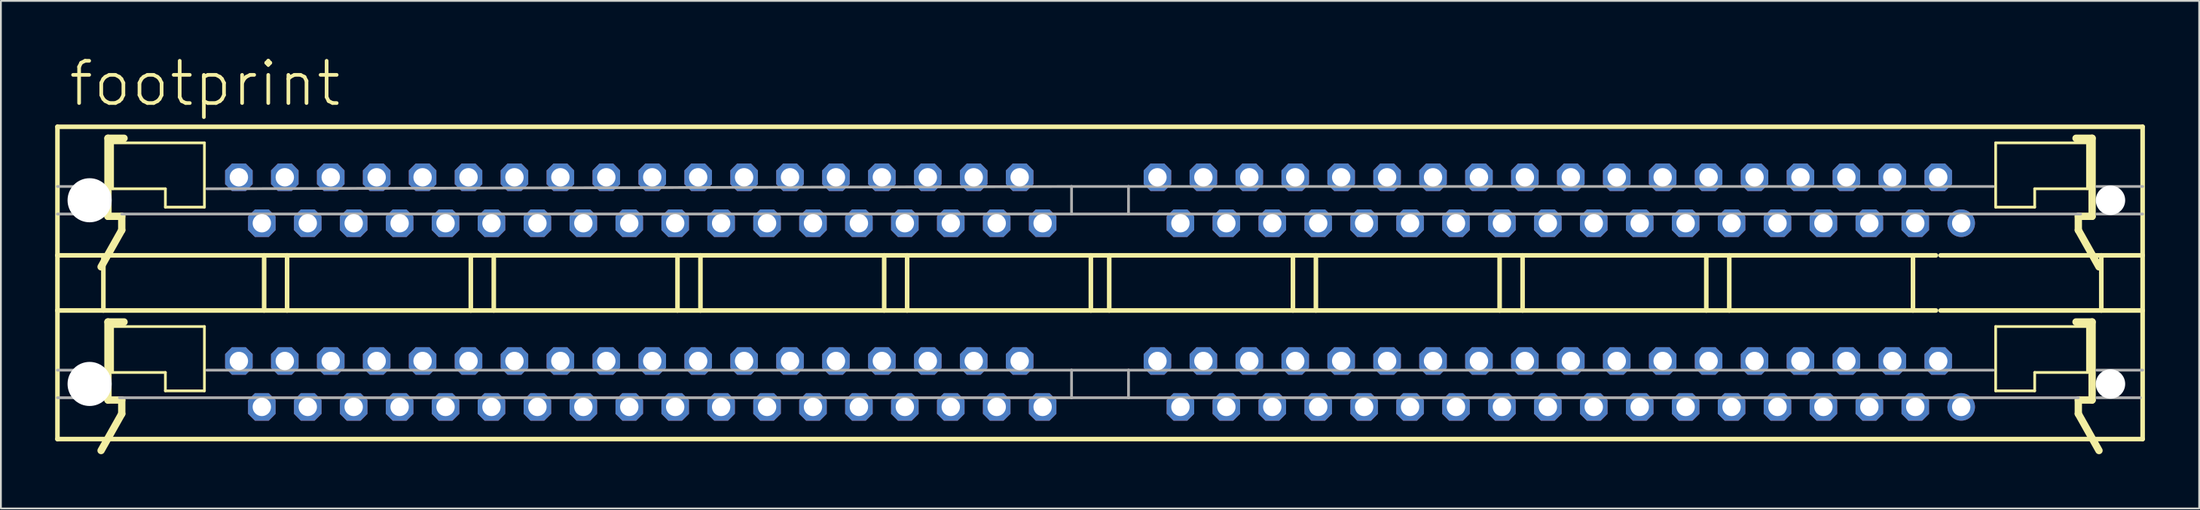
<source format=kicad_pcb>
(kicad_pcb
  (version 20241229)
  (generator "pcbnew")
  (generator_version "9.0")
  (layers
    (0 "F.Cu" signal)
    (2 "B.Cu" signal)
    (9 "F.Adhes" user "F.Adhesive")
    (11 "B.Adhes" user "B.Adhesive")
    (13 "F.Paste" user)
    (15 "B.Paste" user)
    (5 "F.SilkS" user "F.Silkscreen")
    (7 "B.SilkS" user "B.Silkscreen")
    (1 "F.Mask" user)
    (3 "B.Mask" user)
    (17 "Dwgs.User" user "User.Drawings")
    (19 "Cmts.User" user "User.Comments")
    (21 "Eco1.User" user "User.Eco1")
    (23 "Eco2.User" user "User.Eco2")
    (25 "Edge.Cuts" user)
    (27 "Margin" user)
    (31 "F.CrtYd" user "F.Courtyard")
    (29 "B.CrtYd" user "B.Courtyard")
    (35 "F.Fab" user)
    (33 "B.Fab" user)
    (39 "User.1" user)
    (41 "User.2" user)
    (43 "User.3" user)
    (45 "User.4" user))
  (footprint "footprint"
    (layer "F.Cu")
    (at 57.785 8.026)
    (property "Reference" "footprint" (at -57.15 -5.08 0) (layer "F.SilkS") (effects (font (size 2.337 2.337) (thickness 0.203)) (justify left bottom)))
    (fp_line (start -57.658 -4.064) (end 57.658 -4.064) (stroke (width 0.254) (type solid)) (layer "F.SilkS"))
    (fp_line (start -57.658 3.048) (end -57.658 -4.064) (stroke (width 0.254) (type solid)) (layer "F.SilkS"))
    (fp_line (start -57.658 6.096) (end -57.658 3.048) (stroke (width 0.254) (type solid)) (layer "F.SilkS"))
    (fp_line (start -57.658 6.096) (end -55.118 6.096) (stroke (width 0.254) (type solid)) (layer "F.SilkS"))
    (fp_line (start -57.658 13.208) (end -57.658 6.096) (stroke (width 0.254) (type solid)) (layer "F.SilkS"))
    (fp_line (start -55.118 3.048) (end -57.658 3.048) (stroke (width 0.254) (type solid)) (layer "F.SilkS"))
    (fp_line (start -55.118 6.096) (end -55.118 3.048) (stroke (width 0.254) (type solid)) (layer "F.SilkS"))
    (fp_line (start -55.118 6.096) (end -46.228 6.096) (stroke (width 0.254) (type solid)) (layer "F.SilkS"))
    (fp_line (start -54.864 -3.429) (end -54.864 0.889) (stroke (width 0.406) (type solid)) (layer "F.SilkS"))
    (fp_line (start -54.864 0.889) (end -54.102 0.889) (stroke (width 0.406) (type solid)) (layer "F.SilkS"))
    (fp_line (start -54.864 6.731) (end -54.864 11.049) (stroke (width 0.406) (type solid)) (layer "F.SilkS"))
    (fp_line (start -54.864 11.049) (end -54.102 11.049) (stroke (width 0.406) (type solid)) (layer "F.SilkS"))
    (fp_line (start -54.61 -3.175) (end -54.61 -0.635) (stroke (width 0.152) (type solid)) (layer "F.SilkS"))
    (fp_line (start -54.61 6.985) (end -54.61 9.525) (stroke (width 0.152) (type solid)) (layer "F.SilkS"))
    (fp_line (start -54.102 0.889) (end -54.102 1.651) (stroke (width 0.406) (type solid)) (layer "F.SilkS"))
    (fp_line (start -54.102 1.651) (end -55.245 3.683) (stroke (width 0.406) (type solid)) (layer "F.SilkS"))
    (fp_line (start -54.102 11.049) (end -54.102 11.811) (stroke (width 0.406) (type solid)) (layer "F.SilkS"))
    (fp_line (start -54.102 11.811) (end -55.245 13.843) (stroke (width 0.406) (type solid)) (layer "F.SilkS"))
    (fp_line (start -53.975 -3.429) (end -54.864 -3.429) (stroke (width 0.406) (type solid)) (layer "F.SilkS"))
    (fp_line (start -53.975 6.731) (end -54.864 6.731) (stroke (width 0.406) (type solid)) (layer "F.SilkS"))
    (fp_line (start -51.689 -0.635) (end -54.61 -0.635) (stroke (width 0.152) (type solid)) (layer "F.SilkS"))
    (fp_line (start -51.689 0.381) (end -51.689 -0.635) (stroke (width 0.152) (type solid)) (layer "F.SilkS"))
    (fp_line (start -51.689 0.381) (end -49.53 0.381) (stroke (width 0.152) (type solid)) (layer "F.SilkS"))
    (fp_line (start -51.689 9.525) (end -54.61 9.525) (stroke (width 0.152) (type solid)) (layer "F.SilkS"))
    (fp_line (start -51.689 10.541) (end -51.689 9.525) (stroke (width 0.152) (type solid)) (layer "F.SilkS"))
    (fp_line (start -51.689 10.541) (end -49.53 10.541) (stroke (width 0.152) (type solid)) (layer "F.SilkS"))
    (fp_line (start -49.53 -3.175) (end -54.61 -3.175) (stroke (width 0.152) (type solid)) (layer "F.SilkS"))
    (fp_line (start -49.53 0.381) (end -49.53 -3.175) (stroke (width 0.152) (type solid)) (layer "F.SilkS"))
    (fp_line (start -49.53 6.985) (end -54.61 6.985) (stroke (width 0.152) (type solid)) (layer "F.SilkS"))
    (fp_line (start -49.53 10.541) (end -49.53 6.985) (stroke (width 0.152) (type solid)) (layer "F.SilkS"))
    (fp_line (start -46.228 3.048) (end -55.118 3.048) (stroke (width 0.254) (type solid)) (layer "F.SilkS"))
    (fp_line (start -46.228 6.096) (end -46.228 3.048) (stroke (width 0.254) (type solid)) (layer "F.SilkS"))
    (fp_line (start -46.228 6.096) (end -44.958 6.096) (stroke (width 0.254) (type solid)) (layer "F.SilkS"))
    (fp_line (start -44.958 3.048) (end -46.228 3.048) (stroke (width 0.254) (type solid)) (layer "F.SilkS"))
    (fp_line (start -44.958 6.096) (end -44.958 3.048) (stroke (width 0.254) (type solid)) (layer "F.SilkS"))
    (fp_line (start -44.958 6.096) (end -34.798 6.096) (stroke (width 0.254) (type solid)) (layer "F.SilkS"))
    (fp_line (start -34.798 3.048) (end -44.958 3.048) (stroke (width 0.254) (type solid)) (layer "F.SilkS"))
    (fp_line (start -34.798 6.096) (end -34.798 3.048) (stroke (width 0.254) (type solid)) (layer "F.SilkS"))
    (fp_line (start -34.798 6.096) (end -33.528 6.096) (stroke (width 0.254) (type solid)) (layer "F.SilkS"))
    (fp_line (start -33.528 3.048) (end -34.798 3.048) (stroke (width 0.254) (type solid)) (layer "F.SilkS"))
    (fp_line (start -33.528 6.096) (end -33.528 3.048) (stroke (width 0.254) (type solid)) (layer "F.SilkS"))
    (fp_line (start -33.528 6.096) (end -23.368 6.096) (stroke (width 0.254) (type solid)) (layer "F.SilkS"))
    (fp_line (start -23.368 3.048) (end -33.528 3.048) (stroke (width 0.254) (type solid)) (layer "F.SilkS"))
    (fp_line (start -23.368 6.096) (end -23.368 3.048) (stroke (width 0.254) (type solid)) (layer "F.SilkS"))
    (fp_line (start -23.368 6.096) (end -22.098 6.096) (stroke (width 0.254) (type solid)) (layer "F.SilkS"))
    (fp_line (start -22.098 3.048) (end -23.368 3.048) (stroke (width 0.254) (type solid)) (layer "F.SilkS"))
    (fp_line (start -22.098 6.096) (end -22.098 3.048) (stroke (width 0.254) (type solid)) (layer "F.SilkS"))
    (fp_line (start -22.098 6.096) (end -11.938 6.096) (stroke (width 0.254) (type solid)) (layer "F.SilkS"))
    (fp_line (start -11.938 3.048) (end -22.098 3.048) (stroke (width 0.254) (type solid)) (layer "F.SilkS"))
    (fp_line (start -11.938 6.096) (end -11.938 3.048) (stroke (width 0.254) (type solid)) (layer "F.SilkS"))
    (fp_line (start -11.938 6.096) (end -10.668 6.096) (stroke (width 0.254) (type solid)) (layer "F.SilkS"))
    (fp_line (start -10.668 3.048) (end -11.938 3.048) (stroke (width 0.254) (type solid)) (layer "F.SilkS"))
    (fp_line (start -10.668 6.096) (end -10.668 3.048) (stroke (width 0.254) (type solid)) (layer "F.SilkS"))
    (fp_line (start -10.668 6.096) (end -0.508 6.096) (stroke (width 0.254) (type solid)) (layer "F.SilkS"))
    (fp_line (start -0.508 3.048) (end -10.668 3.048) (stroke (width 0.254) (type solid)) (layer "F.SilkS"))
    (fp_line (start -0.508 6.096) (end -0.508 3.048) (stroke (width 0.254) (type solid)) (layer "F.SilkS"))
    (fp_line (start 0.508 3.048) (end -0.508 3.048) (stroke (width 0.254) (type solid)) (layer "F.SilkS"))
    (fp_line (start 0.508 3.048) (end 10.668 3.048) (stroke (width 0.254) (type solid)) (layer "F.SilkS"))
    (fp_line (start 0.508 6.096) (end -0.508 6.096) (stroke (width 0.254) (type solid)) (layer "F.SilkS"))
    (fp_line (start 0.508 6.096) (end 0.508 3.048) (stroke (width 0.254) (type solid)) (layer "F.SilkS"))
    (fp_line (start 10.668 3.048) (end 11.938 3.048) (stroke (width 0.254) (type solid)) (layer "F.SilkS"))
    (fp_line (start 10.668 6.096) (end 0.508 6.096) (stroke (width 0.254) (type solid)) (layer "F.SilkS"))
    (fp_line (start 10.668 6.096) (end 10.668 3.048) (stroke (width 0.254) (type solid)) (layer "F.SilkS"))
    (fp_line (start 11.938 3.048) (end 22.098 3.048) (stroke (width 0.254) (type solid)) (layer "F.SilkS"))
    (fp_line (start 11.938 6.096) (end 10.668 6.096) (stroke (width 0.254) (type solid)) (layer "F.SilkS"))
    (fp_line (start 11.938 6.096) (end 11.938 3.048) (stroke (width 0.254) (type solid)) (layer "F.SilkS"))
    (fp_line (start 22.098 3.048) (end 23.368 3.048) (stroke (width 0.254) (type solid)) (layer "F.SilkS"))
    (fp_line (start 22.098 6.096) (end 11.938 6.096) (stroke (width 0.254) (type solid)) (layer "F.SilkS"))
    (fp_line (start 22.098 6.096) (end 22.098 3.048) (stroke (width 0.254) (type solid)) (layer "F.SilkS"))
    (fp_line (start 23.368 3.048) (end 33.528 3.048) (stroke (width 0.254) (type solid)) (layer "F.SilkS"))
    (fp_line (start 23.368 6.096) (end 22.098 6.096) (stroke (width 0.254) (type solid)) (layer "F.SilkS"))
    (fp_line (start 23.368 6.096) (end 23.368 3.048) (stroke (width 0.254) (type solid)) (layer "F.SilkS"))
    (fp_line (start 33.528 3.048) (end 34.798 3.048) (stroke (width 0.254) (type solid)) (layer "F.SilkS"))
    (fp_line (start 33.528 6.096) (end 23.368 6.096) (stroke (width 0.254) (type solid)) (layer "F.SilkS"))
    (fp_line (start 33.528 6.096) (end 33.528 3.048) (stroke (width 0.254) (type solid)) (layer "F.SilkS"))
    (fp_line (start 34.798 3.048) (end 44.958 3.048) (stroke (width 0.254) (type solid)) (layer "F.SilkS"))
    (fp_line (start 34.798 6.096) (end 33.528 6.096) (stroke (width 0.254) (type solid)) (layer "F.SilkS"))
    (fp_line (start 34.798 6.096) (end 34.798 3.048) (stroke (width 0.254) (type solid)) (layer "F.SilkS"))
    (fp_line (start 44.958 3.048) (end 46.228 3.048) (stroke (width 0.254) (type solid)) (layer "F.SilkS"))
    (fp_line (start 44.958 6.096) (end 34.798 6.096) (stroke (width 0.254) (type solid)) (layer "F.SilkS"))
    (fp_line (start 44.958 6.096) (end 44.958 3.048) (stroke (width 0.254) (type solid)) (layer "F.SilkS"))
    (fp_line (start 46.228 6.096) (end 44.958 6.096) (stroke (width 0.254) (type solid)) (layer "F.SilkS"))
    (fp_line (start 46.482 6.096) (end 55.372 6.096) (stroke (width 0.254) (type solid)) (layer "F.SilkS"))
    (fp_line (start 49.53 -3.175) (end 54.61 -3.175) (stroke (width 0.152) (type solid)) (layer "F.SilkS"))
    (fp_line (start 49.53 0.381) (end 49.53 -3.175) (stroke (width 0.152) (type solid)) (layer "F.SilkS"))
    (fp_line (start 49.53 6.985) (end 54.61 6.985) (stroke (width 0.152) (type solid)) (layer "F.SilkS"))
    (fp_line (start 49.53 10.541) (end 49.53 6.985) (stroke (width 0.152) (type solid)) (layer "F.SilkS"))
    (fp_line (start 51.689 -0.635) (end 54.61 -0.635) (stroke (width 0.152) (type solid)) (layer "F.SilkS"))
    (fp_line (start 51.689 0.381) (end 49.53 0.381) (stroke (width 0.152) (type solid)) (layer "F.SilkS"))
    (fp_line (start 51.689 0.381) (end 51.689 -0.635) (stroke (width 0.152) (type solid)) (layer "F.SilkS"))
    (fp_line (start 51.689 9.525) (end 54.61 9.525) (stroke (width 0.152) (type solid)) (layer "F.SilkS"))
    (fp_line (start 51.689 10.541) (end 49.53 10.541) (stroke (width 0.152) (type solid)) (layer "F.SilkS"))
    (fp_line (start 51.689 10.541) (end 51.689 9.525) (stroke (width 0.152) (type solid)) (layer "F.SilkS"))
    (fp_line (start 53.975 -3.429) (end 54.864 -3.429) (stroke (width 0.406) (type solid)) (layer "F.SilkS"))
    (fp_line (start 53.975 6.731) (end 54.864 6.731) (stroke (width 0.406) (type solid)) (layer "F.SilkS"))
    (fp_line (start 54.102 0.889) (end 54.102 1.651) (stroke (width 0.406) (type solid)) (layer "F.SilkS"))
    (fp_line (start 54.102 1.651) (end 55.245 3.683) (stroke (width 0.406) (type solid)) (layer "F.SilkS"))
    (fp_line (start 54.102 11.049) (end 54.102 11.811) (stroke (width 0.406) (type solid)) (layer "F.SilkS"))
    (fp_line (start 54.102 11.811) (end 55.245 13.843) (stroke (width 0.406) (type solid)) (layer "F.SilkS"))
    (fp_line (start 54.61 -3.175) (end 54.61 -0.635) (stroke (width 0.152) (type solid)) (layer "F.SilkS"))
    (fp_line (start 54.61 6.985) (end 54.61 9.525) (stroke (width 0.152) (type solid)) (layer "F.SilkS"))
    (fp_line (start 54.864 -3.429) (end 54.864 0.889) (stroke (width 0.406) (type solid)) (layer "F.SilkS"))
    (fp_line (start 54.864 0.889) (end 54.102 0.889) (stroke (width 0.406) (type solid)) (layer "F.SilkS"))
    (fp_line (start 54.864 6.731) (end 54.864 11.049) (stroke (width 0.406) (type solid)) (layer "F.SilkS"))
    (fp_line (start 54.864 11.049) (end 54.102 11.049) (stroke (width 0.406) (type solid)) (layer "F.SilkS"))
    (fp_line (start 55.372 3.048) (end 46.482 3.048) (stroke (width 0.254) (type solid)) (layer "F.SilkS"))
    (fp_line (start 55.372 6.096) (end 55.372 3.048) (stroke (width 0.254) (type solid)) (layer "F.SilkS"))
    (fp_line (start 55.372 6.096) (end 57.658 6.096) (stroke (width 0.254) (type solid)) (layer "F.SilkS"))
    (fp_line (start 57.658 -4.064) (end 57.658 3.048) (stroke (width 0.254) (type solid)) (layer "F.SilkS"))
    (fp_line (start 57.658 3.048) (end 55.372 3.048) (stroke (width 0.254) (type solid)) (layer "F.SilkS"))
    (fp_line (start 57.658 3.048) (end 57.658 6.096) (stroke (width 0.254) (type solid)) (layer "F.SilkS"))
    (fp_line (start 57.658 6.096) (end 57.658 13.208) (stroke (width 0.254) (type solid)) (layer "F.SilkS"))
    (fp_line (start 57.658 13.208) (end -57.658 13.208) (stroke (width 0.254) (type solid)) (layer "F.SilkS"))
    (fp_line (start -57.658 -0.762) (end -55.118 -0.762) (stroke (width 0.152) (type solid)) (layer "F.Fab"))
    (fp_line (start -57.658 0.762) (end -55.118 0.762) (stroke (width 0.152) (type solid)) (layer "F.Fab"))
    (fp_line (start -57.658 9.398) (end -55.118 9.398) (stroke (width 0.152) (type solid)) (layer "F.Fab"))
    (fp_line (start -57.658 10.922) (end -55.118 10.922) (stroke (width 0.152) (type solid)) (layer "F.Fab"))
    (fp_line (start -54.229 10.922) (end -1.575 10.922) (stroke (width 0.152) (type solid)) (layer "F.Fab"))
    (fp_line (start -54.102 0.762) (end -1.575 0.762) (stroke (width 0.152) (type solid)) (layer "F.Fab"))
    (fp_line (start -49.403 -0.635) (end -1.575 -0.762) (stroke (width 0.152) (type solid)) (layer "F.Fab"))
    (fp_line (start -49.403 9.398) (end -1.575 9.398) (stroke (width 0.152) (type solid)) (layer "F.Fab"))
    (fp_line (start -1.575 -0.762) (end 1.575 -0.762) (stroke (width 0.152) (type solid)) (layer "F.Fab"))
    (fp_line (start -1.575 0.762) (end -1.575 -0.762) (stroke (width 0.152) (type solid)) (layer "F.Fab"))
    (fp_line (start -1.575 0.762) (end 1.575 0.762) (stroke (width 0.152) (type solid)) (layer "F.Fab"))
    (fp_line (start -1.575 9.398) (end 1.575 9.398) (stroke (width 0.152) (type solid)) (layer "F.Fab"))
    (fp_line (start -1.575 10.922) (end -1.575 9.398) (stroke (width 0.152) (type solid)) (layer "F.Fab"))
    (fp_line (start -1.575 10.922) (end 1.575 10.922) (stroke (width 0.152) (type solid)) (layer "F.Fab"))
    (fp_line (start 1.575 0.762) (end 1.575 -0.762) (stroke (width 0.152) (type solid)) (layer "F.Fab"))
    (fp_line (start 1.575 10.922) (end 1.575 9.398) (stroke (width 0.152) (type solid)) (layer "F.Fab"))
    (fp_line (start 49.403 -0.762) (end 1.575 -0.762) (stroke (width 0.152) (type solid)) (layer "F.Fab"))
    (fp_line (start 49.403 9.398) (end 1.575 9.398) (stroke (width 0.152) (type solid)) (layer "F.Fab"))
    (fp_line (start 54.102 10.922) (end 1.575 10.922) (stroke (width 0.152) (type solid)) (layer "F.Fab"))
    (fp_line (start 54.229 0.762) (end 1.575 0.762) (stroke (width 0.152) (type solid)) (layer "F.Fab"))
    (fp_line (start 57.531 10.922) (end 55.118 10.922) (stroke (width 0.152) (type solid)) (layer "F.Fab"))
    (fp_line (start 57.658 -0.762) (end 55.118 -0.762) (stroke (width 0.152) (type solid)) (layer "F.Fab"))
    (fp_line (start 57.658 0.762) (end 55.118 0.762) (stroke (width 0.152) (type solid)) (layer "F.Fab"))
    (fp_line (start 57.658 9.398) (end 55.118 9.398) (stroke (width 0.152) (type solid)) (layer "F.Fab"))
    (pad "" np_thru_hole circle (at -55.88 0) (size 2.438 2.438) (drill 2.438) (layers "*.Cu" "*.Mask"))
    (pad "" np_thru_hole circle (at -55.88 10.16) (size 2.438 2.438) (drill 2.438) (layers "*.Cu" "*.Mask"))
    (pad "" np_thru_hole circle (at 55.88 0) (size 1.626 1.626) (drill 1.626) (layers "*.Cu" "*.Mask"))
    (pad "" np_thru_hole circle (at 55.88 10.16) (size 1.626 1.626) (drill 1.626) (layers "*.Cu" "*.Mask"))
    (pad "1-1" thru_hole circle (at 47.625 1.27) (size 1.524 1.524) (drill 1.016) (layers "*.Cu" "*.Mask"))
    (pad "1-2" thru_hole roundrect (at 46.355 -1.27) (size 1.524 1.524) (drill 1.016) (layers "*.Cu" "*.Mask") (roundrect_rratio 0.25) (chamfer_ratio 0.25) (chamfer top_left top_right bottom_left bottom_right))
    (pad "1-3" thru_hole roundrect (at 45.085 1.27) (size 1.524 1.524) (drill 1.016) (layers "*.Cu" "*.Mask") (roundrect_rratio 0.25) (chamfer_ratio 0.25) (chamfer top_left top_right bottom_left bottom_right))
    (pad "1-4" thru_hole roundrect (at 43.815 -1.27) (size 1.524 1.524) (drill 1.016) (layers "*.Cu" "*.Mask") (roundrect_rratio 0.25) (chamfer_ratio 0.25) (chamfer top_left top_right bottom_left bottom_right))
    (pad "1-5" thru_hole roundrect (at 42.545 1.27) (size 1.524 1.524) (drill 1.016) (layers "*.Cu" "*.Mask") (roundrect_rratio 0.25) (chamfer_ratio 0.25) (chamfer top_left top_right bottom_left bottom_right))
    (pad "1-6" thru_hole roundrect (at 41.275 -1.27) (size 1.524 1.524) (drill 1.016) (layers "*.Cu" "*.Mask") (roundrect_rratio 0.25) (chamfer_ratio 0.25) (chamfer top_left top_right bottom_left bottom_right))
    (pad "1-7" thru_hole roundrect (at 40.005 1.27) (size 1.524 1.524) (drill 1.016) (layers "*.Cu" "*.Mask") (roundrect_rratio 0.25) (chamfer_ratio 0.25) (chamfer top_left top_right bottom_left bottom_right))
    (pad "1-8" thru_hole roundrect (at 38.735 -1.27) (size 1.524 1.524) (drill 1.016) (layers "*.Cu" "*.Mask") (roundrect_rratio 0.25) (chamfer_ratio 0.25) (chamfer top_left top_right bottom_left bottom_right))
    (pad "1-9" thru_hole roundrect (at 37.465 1.27) (size 1.524 1.524) (drill 1.016) (layers "*.Cu" "*.Mask") (roundrect_rratio 0.25) (chamfer_ratio 0.25) (chamfer top_left top_right bottom_left bottom_right))
    (pad "1-10" thru_hole roundrect (at 36.195 -1.27) (size 1.524 1.524) (drill 1.016) (layers "*.Cu" "*.Mask") (roundrect_rratio 0.25) (chamfer_ratio 0.25) (chamfer top_left top_right bottom_left bottom_right))
    (pad "1-11" thru_hole roundrect (at 34.925 1.27) (size 1.524 1.524) (drill 1.016) (layers "*.Cu" "*.Mask") (roundrect_rratio 0.25) (chamfer_ratio 0.25) (chamfer top_left top_right bottom_left bottom_right))
    (pad "1-12" thru_hole roundrect (at 33.655 -1.27) (size 1.524 1.524) (drill 1.016) (layers "*.Cu" "*.Mask") (roundrect_rratio 0.25) (chamfer_ratio 0.25) (chamfer top_left top_right bottom_left bottom_right))
    (pad "1-13" thru_hole roundrect (at 32.385 1.27) (size 1.524 1.524) (drill 1.016) (layers "*.Cu" "*.Mask") (roundrect_rratio 0.25) (chamfer_ratio 0.25) (chamfer top_left top_right bottom_left bottom_right))
    (pad "1-14" thru_hole roundrect (at 31.115 -1.27) (size 1.524 1.524) (drill 1.016) (layers "*.Cu" "*.Mask") (roundrect_rratio 0.25) (chamfer_ratio 0.25) (chamfer top_left top_right bottom_left bottom_right))
    (pad "1-15" thru_hole roundrect (at 29.845 1.27) (size 1.524 1.524) (drill 1.016) (layers "*.Cu" "*.Mask") (roundrect_rratio 0.25) (chamfer_ratio 0.25) (chamfer top_left top_right bottom_left bottom_right))
    (pad "1-16" thru_hole roundrect (at 28.575 -1.27) (size 1.524 1.524) (drill 1.016) (layers "*.Cu" "*.Mask") (roundrect_rratio 0.25) (chamfer_ratio 0.25) (chamfer top_left top_right bottom_left bottom_right))
    (pad "1-17" thru_hole roundrect (at 27.305 1.27) (size 1.524 1.524) (drill 1.016) (layers "*.Cu" "*.Mask") (roundrect_rratio 0.25) (chamfer_ratio 0.25) (chamfer top_left top_right bottom_left bottom_right))
    (pad "1-18" thru_hole roundrect (at 26.035 -1.27) (size 1.524 1.524) (drill 1.016) (layers "*.Cu" "*.Mask") (roundrect_rratio 0.25) (chamfer_ratio 0.25) (chamfer top_left top_right bottom_left bottom_right))
    (pad "1-19" thru_hole roundrect (at 24.765 1.27) (size 1.524 1.524) (drill 1.016) (layers "*.Cu" "*.Mask") (roundrect_rratio 0.25) (chamfer_ratio 0.25) (chamfer top_left top_right bottom_left bottom_right))
    (pad "1-20" thru_hole roundrect (at 23.495 -1.27) (size 1.524 1.524) (drill 1.016) (layers "*.Cu" "*.Mask") (roundrect_rratio 0.25) (chamfer_ratio 0.25) (chamfer top_left top_right bottom_left bottom_right))
    (pad "1-21" thru_hole roundrect (at 22.225 1.27) (size 1.524 1.524) (drill 1.016) (layers "*.Cu" "*.Mask") (roundrect_rratio 0.25) (chamfer_ratio 0.25) (chamfer top_left top_right bottom_left bottom_right))
    (pad "1-22" thru_hole roundrect (at 20.955 -1.27) (size 1.524 1.524) (drill 1.016) (layers "*.Cu" "*.Mask") (roundrect_rratio 0.25) (chamfer_ratio 0.25) (chamfer top_left top_right bottom_left bottom_right))
    (pad "1-23" thru_hole roundrect (at 19.685 1.27) (size 1.524 1.524) (drill 1.016) (layers "*.Cu" "*.Mask") (roundrect_rratio 0.25) (chamfer_ratio 0.25) (chamfer top_left top_right bottom_left bottom_right))
    (pad "1-24" thru_hole roundrect (at 18.415 -1.27) (size 1.524 1.524) (drill 1.016) (layers "*.Cu" "*.Mask") (roundrect_rratio 0.25) (chamfer_ratio 0.25) (chamfer top_left top_right bottom_left bottom_right))
    (pad "1-25" thru_hole roundrect (at 17.145 1.27) (size 1.524 1.524) (drill 1.016) (layers "*.Cu" "*.Mask") (roundrect_rratio 0.25) (chamfer_ratio 0.25) (chamfer top_left top_right bottom_left bottom_right))
    (pad "1-26" thru_hole roundrect (at 15.875 -1.27) (size 1.524 1.524) (drill 1.016) (layers "*.Cu" "*.Mask") (roundrect_rratio 0.25) (chamfer_ratio 0.25) (chamfer top_left top_right bottom_left bottom_right))
    (pad "1-27" thru_hole roundrect (at 14.605 1.27) (size 1.524 1.524) (drill 1.016) (layers "*.Cu" "*.Mask") (roundrect_rratio 0.25) (chamfer_ratio 0.25) (chamfer top_left top_right bottom_left bottom_right))
    (pad "1-28" thru_hole roundrect (at 13.335 -1.27) (size 1.524 1.524) (drill 1.016) (layers "*.Cu" "*.Mask") (roundrect_rratio 0.25) (chamfer_ratio 0.25) (chamfer top_left top_right bottom_left bottom_right))
    (pad "1-29" thru_hole roundrect (at 12.065 1.27) (size 1.524 1.524) (drill 1.016) (layers "*.Cu" "*.Mask") (roundrect_rratio 0.25) (chamfer_ratio 0.25) (chamfer top_left top_right bottom_left bottom_right))
    (pad "1-30" thru_hole roundrect (at 10.795 -1.27) (size 1.524 1.524) (drill 1.016) (layers "*.Cu" "*.Mask") (roundrect_rratio 0.25) (chamfer_ratio 0.25) (chamfer top_left top_right bottom_left bottom_right))
    (pad "1-31" thru_hole roundrect (at 9.525 1.27) (size 1.524 1.524) (drill 1.016) (layers "*.Cu" "*.Mask") (roundrect_rratio 0.25) (chamfer_ratio 0.25) (chamfer top_left top_right bottom_left bottom_right))
    (pad "1-32" thru_hole roundrect (at 8.255 -1.27) (size 1.524 1.524) (drill 1.016) (layers "*.Cu" "*.Mask") (roundrect_rratio 0.25) (chamfer_ratio 0.25) (chamfer top_left top_right bottom_left bottom_right))
    (pad "1-33" thru_hole roundrect (at 6.985 1.27) (size 1.524 1.524) (drill 1.016) (layers "*.Cu" "*.Mask") (roundrect_rratio 0.25) (chamfer_ratio 0.25) (chamfer top_left top_right bottom_left bottom_right))
    (pad "1-34" thru_hole roundrect (at 5.715 -1.27) (size 1.524 1.524) (drill 1.016) (layers "*.Cu" "*.Mask") (roundrect_rratio 0.25) (chamfer_ratio 0.25) (chamfer top_left top_right bottom_left bottom_right))
    (pad "1-35" thru_hole roundrect (at 4.445 1.27) (size 1.524 1.524) (drill 1.016) (layers "*.Cu" "*.Mask") (roundrect_rratio 0.25) (chamfer_ratio 0.25) (chamfer top_left top_right bottom_left bottom_right))
    (pad "1-36" thru_hole roundrect (at 3.175 -1.27) (size 1.524 1.524) (drill 1.016) (layers "*.Cu" "*.Mask") (roundrect_rratio 0.25) (chamfer_ratio 0.25) (chamfer top_left top_right bottom_left bottom_right))
    (pad "1-37" thru_hole roundrect (at -3.175 1.27) (size 1.524 1.524) (drill 1.016) (layers "*.Cu" "*.Mask") (roundrect_rratio 0.25) (chamfer_ratio 0.25) (chamfer top_left top_right bottom_left bottom_right))
    (pad "1-38" thru_hole roundrect (at -4.445 -1.27) (size 1.524 1.524) (drill 1.016) (layers "*.Cu" "*.Mask") (roundrect_rratio 0.25) (chamfer_ratio 0.25) (chamfer top_left top_right bottom_left bottom_right))
    (pad "1-39" thru_hole roundrect (at -5.715 1.27) (size 1.524 1.524) (drill 1.016) (layers "*.Cu" "*.Mask") (roundrect_rratio 0.25) (chamfer_ratio 0.25) (chamfer top_left top_right bottom_left bottom_right))
    (pad "1-40" thru_hole roundrect (at -6.985 -1.27) (size 1.524 1.524) (drill 1.016) (layers "*.Cu" "*.Mask") (roundrect_rratio 0.25) (chamfer_ratio 0.25) (chamfer top_left top_right bottom_left bottom_right))
    (pad "1-41" thru_hole roundrect (at -8.255 1.27) (size 1.524 1.524) (drill 1.016) (layers "*.Cu" "*.Mask") (roundrect_rratio 0.25) (chamfer_ratio 0.25) (chamfer top_left top_right bottom_left bottom_right))
    (pad "1-42" thru_hole roundrect (at -9.525 -1.27) (size 1.524 1.524) (drill 1.016) (layers "*.Cu" "*.Mask") (roundrect_rratio 0.25) (chamfer_ratio 0.25) (chamfer top_left top_right bottom_left bottom_right))
    (pad "1-43" thru_hole roundrect (at -10.795 1.27) (size 1.524 1.524) (drill 1.016) (layers "*.Cu" "*.Mask") (roundrect_rratio 0.25) (chamfer_ratio 0.25) (chamfer top_left top_right bottom_left bottom_right))
    (pad "1-44" thru_hole roundrect (at -12.065 -1.27) (size 1.524 1.524) (drill 1.016) (layers "*.Cu" "*.Mask") (roundrect_rratio 0.25) (chamfer_ratio 0.25) (chamfer top_left top_right bottom_left bottom_right))
    (pad "1-45" thru_hole roundrect (at -13.335 1.27) (size 1.524 1.524) (drill 1.016) (layers "*.Cu" "*.Mask") (roundrect_rratio 0.25) (chamfer_ratio 0.25) (chamfer top_left top_right bottom_left bottom_right))
    (pad "1-46" thru_hole roundrect (at -14.605 -1.27) (size 1.524 1.524) (drill 1.016) (layers "*.Cu" "*.Mask") (roundrect_rratio 0.25) (chamfer_ratio 0.25) (chamfer top_left top_right bottom_left bottom_right))
    (pad "1-47" thru_hole roundrect (at -15.875 1.27) (size 1.524 1.524) (drill 1.016) (layers "*.Cu" "*.Mask") (roundrect_rratio 0.25) (chamfer_ratio 0.25) (chamfer top_left top_right bottom_left bottom_right))
    (pad "1-48" thru_hole roundrect (at -17.145 -1.27) (size 1.524 1.524) (drill 1.016) (layers "*.Cu" "*.Mask") (roundrect_rratio 0.25) (chamfer_ratio 0.25) (chamfer top_left top_right bottom_left bottom_right))
    (pad "1-49" thru_hole roundrect (at -18.415 1.27) (size 1.524 1.524) (drill 1.016) (layers "*.Cu" "*.Mask") (roundrect_rratio 0.25) (chamfer_ratio 0.25) (chamfer top_left top_right bottom_left bottom_right))
    (pad "1-50" thru_hole roundrect (at -19.685 -1.27) (size 1.524 1.524) (drill 1.016) (layers "*.Cu" "*.Mask") (roundrect_rratio 0.25) (chamfer_ratio 0.25) (chamfer top_left top_right bottom_left bottom_right))
    (pad "1-51" thru_hole roundrect (at -20.955 1.27) (size 1.524 1.524) (drill 1.016) (layers "*.Cu" "*.Mask") (roundrect_rratio 0.25) (chamfer_ratio 0.25) (chamfer top_left top_right bottom_left bottom_right))
    (pad "1-52" thru_hole roundrect (at -22.225 -1.27) (size 1.524 1.524) (drill 1.016) (layers "*.Cu" "*.Mask") (roundrect_rratio 0.25) (chamfer_ratio 0.25) (chamfer top_left top_right bottom_left bottom_right))
    (pad "1-53" thru_hole roundrect (at -23.495 1.27) (size 1.524 1.524) (drill 1.016) (layers "*.Cu" "*.Mask") (roundrect_rratio 0.25) (chamfer_ratio 0.25) (chamfer top_left top_right bottom_left bottom_right))
    (pad "1-54" thru_hole roundrect (at -24.765 -1.27) (size 1.524 1.524) (drill 1.016) (layers "*.Cu" "*.Mask") (roundrect_rratio 0.25) (chamfer_ratio 0.25) (chamfer top_left top_right bottom_left bottom_right))
    (pad "1-55" thru_hole roundrect (at -26.035 1.27) (size 1.524 1.524) (drill 1.016) (layers "*.Cu" "*.Mask") (roundrect_rratio 0.25) (chamfer_ratio 0.25) (chamfer top_left top_right bottom_left bottom_right))
    (pad "1-56" thru_hole roundrect (at -27.305 -1.27) (size 1.524 1.524) (drill 1.016) (layers "*.Cu" "*.Mask") (roundrect_rratio 0.25) (chamfer_ratio 0.25) (chamfer top_left top_right bottom_left bottom_right))
    (pad "1-57" thru_hole roundrect (at -28.575 1.27) (size 1.524 1.524) (drill 1.016) (layers "*.Cu" "*.Mask") (roundrect_rratio 0.25) (chamfer_ratio 0.25) (chamfer top_left top_right bottom_left bottom_right))
    (pad "1-58" thru_hole roundrect (at -29.845 -1.27) (size 1.524 1.524) (drill 1.016) (layers "*.Cu" "*.Mask") (roundrect_rratio 0.25) (chamfer_ratio 0.25) (chamfer top_left top_right bottom_left bottom_right))
    (pad "1-59" thru_hole roundrect (at -31.115 1.27) (size 1.524 1.524) (drill 1.016) (layers "*.Cu" "*.Mask") (roundrect_rratio 0.25) (chamfer_ratio 0.25) (chamfer top_left top_right bottom_left bottom_right))
    (pad "1-60" thru_hole roundrect (at -32.385 -1.27) (size 1.524 1.524) (drill 1.016) (layers "*.Cu" "*.Mask") (roundrect_rratio 0.25) (chamfer_ratio 0.25) (chamfer top_left top_right bottom_left bottom_right))
    (pad "1-61" thru_hole roundrect (at -33.655 1.27) (size 1.524 1.524) (drill 1.016) (layers "*.Cu" "*.Mask") (roundrect_rratio 0.25) (chamfer_ratio 0.25) (chamfer top_left top_right bottom_left bottom_right))
    (pad "1-62" thru_hole roundrect (at -34.925 -1.27) (size 1.524 1.524) (drill 1.016) (layers "*.Cu" "*.Mask") (roundrect_rratio 0.25) (chamfer_ratio 0.25) (chamfer top_left top_right bottom_left bottom_right))
    (pad "1-63" thru_hole roundrect (at -36.195 1.27) (size 1.524 1.524) (drill 1.016) (layers "*.Cu" "*.Mask") (roundrect_rratio 0.25) (chamfer_ratio 0.25) (chamfer top_left top_right bottom_left bottom_right))
    (pad "1-64" thru_hole roundrect (at -37.465 -1.27) (size 1.524 1.524) (drill 1.016) (layers "*.Cu" "*.Mask") (roundrect_rratio 0.25) (chamfer_ratio 0.25) (chamfer top_left top_right bottom_left bottom_right))
    (pad "1-65" thru_hole roundrect (at -38.735 1.27) (size 1.524 1.524) (drill 1.016) (layers "*.Cu" "*.Mask") (roundrect_rratio 0.25) (chamfer_ratio 0.25) (chamfer top_left top_right bottom_left bottom_right))
    (pad "1-66" thru_hole roundrect (at -40.005 -1.27) (size 1.524 1.524) (drill 1.016) (layers "*.Cu" "*.Mask") (roundrect_rratio 0.25) (chamfer_ratio 0.25) (chamfer top_left top_right bottom_left bottom_right))
    (pad "1-67" thru_hole roundrect (at -41.275 1.27) (size 1.524 1.524) (drill 1.016) (layers "*.Cu" "*.Mask") (roundrect_rratio 0.25) (chamfer_ratio 0.25) (chamfer top_left top_right bottom_left bottom_right))
    (pad "1-68" thru_hole roundrect (at -42.545 -1.27) (size 1.524 1.524) (drill 1.016) (layers "*.Cu" "*.Mask") (roundrect_rratio 0.25) (chamfer_ratio 0.25) (chamfer top_left top_right bottom_left bottom_right))
    (pad "1-69" thru_hole roundrect (at -43.815 1.27) (size 1.524 1.524) (drill 1.016) (layers "*.Cu" "*.Mask") (roundrect_rratio 0.25) (chamfer_ratio 0.25) (chamfer top_left top_right bottom_left bottom_right))
    (pad "1-70" thru_hole roundrect (at -45.085 -1.27) (size 1.524 1.524) (drill 1.016) (layers "*.Cu" "*.Mask") (roundrect_rratio 0.25) (chamfer_ratio 0.25) (chamfer top_left top_right bottom_left bottom_right))
    (pad "1-71" thru_hole roundrect (at -46.355 1.27) (size 1.524 1.524) (drill 1.016) (layers "*.Cu" "*.Mask") (roundrect_rratio 0.25) (chamfer_ratio 0.25) (chamfer top_left top_right bottom_left bottom_right))
    (pad "1-72" thru_hole roundrect (at -47.625 -1.27) (size 1.524 1.524) (drill 1.016) (layers "*.Cu" "*.Mask") (roundrect_rratio 0.25) (chamfer_ratio 0.25) (chamfer top_left top_right bottom_left bottom_right))
    (pad "2-1" thru_hole circle (at 47.625 11.43) (size 1.524 1.524) (drill 1.016) (layers "*.Cu" "*.Mask"))
    (pad "2-2" thru_hole roundrect (at 46.355 8.89) (size 1.524 1.524) (drill 1.016) (layers "*.Cu" "*.Mask") (roundrect_rratio 0.25) (chamfer_ratio 0.25) (chamfer top_left top_right bottom_left bottom_right))
    (pad "2-3" thru_hole roundrect (at 45.085 11.43) (size 1.524 1.524) (drill 1.016) (layers "*.Cu" "*.Mask") (roundrect_rratio 0.25) (chamfer_ratio 0.25) (chamfer top_left top_right bottom_left bottom_right))
    (pad "2-4" thru_hole roundrect (at 43.815 8.89) (size 1.524 1.524) (drill 1.016) (layers "*.Cu" "*.Mask") (roundrect_rratio 0.25) (chamfer_ratio 0.25) (chamfer top_left top_right bottom_left bottom_right))
    (pad "2-5" thru_hole roundrect (at 42.545 11.43) (size 1.524 1.524) (drill 1.016) (layers "*.Cu" "*.Mask") (roundrect_rratio 0.25) (chamfer_ratio 0.25) (chamfer top_left top_right bottom_left bottom_right))
    (pad "2-6" thru_hole roundrect (at 41.275 8.89) (size 1.524 1.524) (drill 1.016) (layers "*.Cu" "*.Mask") (roundrect_rratio 0.25) (chamfer_ratio 0.25) (chamfer top_left top_right bottom_left bottom_right))
    (pad "2-7" thru_hole roundrect (at 40.005 11.43) (size 1.524 1.524) (drill 1.016) (layers "*.Cu" "*.Mask") (roundrect_rratio 0.25) (chamfer_ratio 0.25) (chamfer top_left top_right bottom_left bottom_right))
    (pad "2-8" thru_hole roundrect (at 38.735 8.89) (size 1.524 1.524) (drill 1.016) (layers "*.Cu" "*.Mask") (roundrect_rratio 0.25) (chamfer_ratio 0.25) (chamfer top_left top_right bottom_left bottom_right))
    (pad "2-9" thru_hole roundrect (at 37.465 11.43) (size 1.524 1.524) (drill 1.016) (layers "*.Cu" "*.Mask") (roundrect_rratio 0.25) (chamfer_ratio 0.25) (chamfer top_left top_right bottom_left bottom_right))
    (pad "2-10" thru_hole roundrect (at 36.195 8.89) (size 1.524 1.524) (drill 1.016) (layers "*.Cu" "*.Mask") (roundrect_rratio 0.25) (chamfer_ratio 0.25) (chamfer top_left top_right bottom_left bottom_right))
    (pad "2-11" thru_hole roundrect (at 34.925 11.43) (size 1.524 1.524) (drill 1.016) (layers "*.Cu" "*.Mask") (roundrect_rratio 0.25) (chamfer_ratio 0.25) (chamfer top_left top_right bottom_left bottom_right))
    (pad "2-12" thru_hole roundrect (at 33.655 8.89) (size 1.524 1.524) (drill 1.016) (layers "*.Cu" "*.Mask") (roundrect_rratio 0.25) (chamfer_ratio 0.25) (chamfer top_left top_right bottom_left bottom_right))
    (pad "2-13" thru_hole roundrect (at 32.385 11.43) (size 1.524 1.524) (drill 1.016) (layers "*.Cu" "*.Mask") (roundrect_rratio 0.25) (chamfer_ratio 0.25) (chamfer top_left top_right bottom_left bottom_right))
    (pad "2-14" thru_hole roundrect (at 31.115 8.89) (size 1.524 1.524) (drill 1.016) (layers "*.Cu" "*.Mask") (roundrect_rratio 0.25) (chamfer_ratio 0.25) (chamfer top_left top_right bottom_left bottom_right))
    (pad "2-15" thru_hole roundrect (at 29.845 11.43) (size 1.524 1.524) (drill 1.016) (layers "*.Cu" "*.Mask") (roundrect_rratio 0.25) (chamfer_ratio 0.25) (chamfer top_left top_right bottom_left bottom_right))
    (pad "2-16" thru_hole roundrect (at 28.575 8.89) (size 1.524 1.524) (drill 1.016) (layers "*.Cu" "*.Mask") (roundrect_rratio 0.25) (chamfer_ratio 0.25) (chamfer top_left top_right bottom_left bottom_right))
    (pad "2-17" thru_hole roundrect (at 27.305 11.43) (size 1.524 1.524) (drill 1.016) (layers "*.Cu" "*.Mask") (roundrect_rratio 0.25) (chamfer_ratio 0.25) (chamfer top_left top_right bottom_left bottom_right))
    (pad "2-18" thru_hole roundrect (at 26.035 8.89) (size 1.524 1.524) (drill 1.016) (layers "*.Cu" "*.Mask") (roundrect_rratio 0.25) (chamfer_ratio 0.25) (chamfer top_left top_right bottom_left bottom_right))
    (pad "2-19" thru_hole roundrect (at 24.765 11.43) (size 1.524 1.524) (drill 1.016) (layers "*.Cu" "*.Mask") (roundrect_rratio 0.25) (chamfer_ratio 0.25) (chamfer top_left top_right bottom_left bottom_right))
    (pad "2-20" thru_hole roundrect (at 23.495 8.89) (size 1.524 1.524) (drill 1.016) (layers "*.Cu" "*.Mask") (roundrect_rratio 0.25) (chamfer_ratio 0.25) (chamfer top_left top_right bottom_left bottom_right))
    (pad "2-21" thru_hole roundrect (at 22.225 11.43) (size 1.524 1.524) (drill 1.016) (layers "*.Cu" "*.Mask") (roundrect_rratio 0.25) (chamfer_ratio 0.25) (chamfer top_left top_right bottom_left bottom_right))
    (pad "2-22" thru_hole roundrect (at 20.955 8.89) (size 1.524 1.524) (drill 1.016) (layers "*.Cu" "*.Mask") (roundrect_rratio 0.25) (chamfer_ratio 0.25) (chamfer top_left top_right bottom_left bottom_right))
    (pad "2-23" thru_hole roundrect (at 19.685 11.43) (size 1.524 1.524) (drill 1.016) (layers "*.Cu" "*.Mask") (roundrect_rratio 0.25) (chamfer_ratio 0.25) (chamfer top_left top_right bottom_left bottom_right))
    (pad "2-24" thru_hole roundrect (at 18.415 8.89) (size 1.524 1.524) (drill 1.016) (layers "*.Cu" "*.Mask") (roundrect_rratio 0.25) (chamfer_ratio 0.25) (chamfer top_left top_right bottom_left bottom_right))
    (pad "2-25" thru_hole roundrect (at 17.145 11.43) (size 1.524 1.524) (drill 1.016) (layers "*.Cu" "*.Mask") (roundrect_rratio 0.25) (chamfer_ratio 0.25) (chamfer top_left top_right bottom_left bottom_right))
    (pad "2-26" thru_hole roundrect (at 15.875 8.89) (size 1.524 1.524) (drill 1.016) (layers "*.Cu" "*.Mask") (roundrect_rratio 0.25) (chamfer_ratio 0.25) (chamfer top_left top_right bottom_left bottom_right))
    (pad "2-27" thru_hole roundrect (at 14.605 11.43) (size 1.524 1.524) (drill 1.016) (layers "*.Cu" "*.Mask") (roundrect_rratio 0.25) (chamfer_ratio 0.25) (chamfer top_left top_right bottom_left bottom_right))
    (pad "2-28" thru_hole roundrect (at 13.335 8.89) (size 1.524 1.524) (drill 1.016) (layers "*.Cu" "*.Mask") (roundrect_rratio 0.25) (chamfer_ratio 0.25) (chamfer top_left top_right bottom_left bottom_right))
    (pad "2-29" thru_hole roundrect (at 12.065 11.43) (size 1.524 1.524) (drill 1.016) (layers "*.Cu" "*.Mask") (roundrect_rratio 0.25) (chamfer_ratio 0.25) (chamfer top_left top_right bottom_left bottom_right))
    (pad "2-30" thru_hole roundrect (at 10.795 8.89) (size 1.524 1.524) (drill 1.016) (layers "*.Cu" "*.Mask") (roundrect_rratio 0.25) (chamfer_ratio 0.25) (chamfer top_left top_right bottom_left bottom_right))
    (pad "2-31" thru_hole roundrect (at 9.525 11.43) (size 1.524 1.524) (drill 1.016) (layers "*.Cu" "*.Mask") (roundrect_rratio 0.25) (chamfer_ratio 0.25) (chamfer top_left top_right bottom_left bottom_right))
    (pad "2-32" thru_hole roundrect (at 8.255 8.89) (size 1.524 1.524) (drill 1.016) (layers "*.Cu" "*.Mask") (roundrect_rratio 0.25) (chamfer_ratio 0.25) (chamfer top_left top_right bottom_left bottom_right))
    (pad "2-33" thru_hole roundrect (at 6.985 11.43) (size 1.524 1.524) (drill 1.016) (layers "*.Cu" "*.Mask") (roundrect_rratio 0.25) (chamfer_ratio 0.25) (chamfer top_left top_right bottom_left bottom_right))
    (pad "2-34" thru_hole roundrect (at 5.715 8.89) (size 1.524 1.524) (drill 1.016) (layers "*.Cu" "*.Mask") (roundrect_rratio 0.25) (chamfer_ratio 0.25) (chamfer top_left top_right bottom_left bottom_right))
    (pad "2-35" thru_hole roundrect (at 4.445 11.43) (size 1.524 1.524) (drill 1.016) (layers "*.Cu" "*.Mask") (roundrect_rratio 0.25) (chamfer_ratio 0.25) (chamfer top_left top_right bottom_left bottom_right))
    (pad "2-36" thru_hole roundrect (at 3.175 8.89) (size 1.524 1.524) (drill 1.016) (layers "*.Cu" "*.Mask") (roundrect_rratio 0.25) (chamfer_ratio 0.25) (chamfer top_left top_right bottom_left bottom_right))
    (pad "2-37" thru_hole roundrect (at -3.175 11.43) (size 1.524 1.524) (drill 1.016) (layers "*.Cu" "*.Mask") (roundrect_rratio 0.25) (chamfer_ratio 0.25) (chamfer top_left top_right bottom_left bottom_right))
    (pad "2-38" thru_hole roundrect (at -4.445 8.89) (size 1.524 1.524) (drill 1.016) (layers "*.Cu" "*.Mask") (roundrect_rratio 0.25) (chamfer_ratio 0.25) (chamfer top_left top_right bottom_left bottom_right))
    (pad "2-39" thru_hole roundrect (at -5.715 11.43) (size 1.524 1.524) (drill 1.016) (layers "*.Cu" "*.Mask") (roundrect_rratio 0.25) (chamfer_ratio 0.25) (chamfer top_left top_right bottom_left bottom_right))
    (pad "2-40" thru_hole roundrect (at -6.985 8.89) (size 1.524 1.524) (drill 1.016) (layers "*.Cu" "*.Mask") (roundrect_rratio 0.25) (chamfer_ratio 0.25) (chamfer top_left top_right bottom_left bottom_right))
    (pad "2-41" thru_hole roundrect (at -8.255 11.43) (size 1.524 1.524) (drill 1.016) (layers "*.Cu" "*.Mask") (roundrect_rratio 0.25) (chamfer_ratio 0.25) (chamfer top_left top_right bottom_left bottom_right))
    (pad "2-42" thru_hole roundrect (at -9.525 8.89) (size 1.524 1.524) (drill 1.016) (layers "*.Cu" "*.Mask") (roundrect_rratio 0.25) (chamfer_ratio 0.25) (chamfer top_left top_right bottom_left bottom_right))
    (pad "2-43" thru_hole roundrect (at -10.795 11.43) (size 1.524 1.524) (drill 1.016) (layers "*.Cu" "*.Mask") (roundrect_rratio 0.25) (chamfer_ratio 0.25) (chamfer top_left top_right bottom_left bottom_right))
    (pad "2-44" thru_hole roundrect (at -12.065 8.89) (size 1.524 1.524) (drill 1.016) (layers "*.Cu" "*.Mask") (roundrect_rratio 0.25) (chamfer_ratio 0.25) (chamfer top_left top_right bottom_left bottom_right))
    (pad "2-45" thru_hole roundrect (at -13.335 11.43) (size 1.524 1.524) (drill 1.016) (layers "*.Cu" "*.Mask") (roundrect_rratio 0.25) (chamfer_ratio 0.25) (chamfer top_left top_right bottom_left bottom_right))
    (pad "2-46" thru_hole roundrect (at -14.605 8.89) (size 1.524 1.524) (drill 1.016) (layers "*.Cu" "*.Mask") (roundrect_rratio 0.25) (chamfer_ratio 0.25) (chamfer top_left top_right bottom_left bottom_right))
    (pad "2-47" thru_hole roundrect (at -15.875 11.43) (size 1.524 1.524) (drill 1.016) (layers "*.Cu" "*.Mask") (roundrect_rratio 0.25) (chamfer_ratio 0.25) (chamfer top_left top_right bottom_left bottom_right))
    (pad "2-48" thru_hole roundrect (at -17.145 8.89) (size 1.524 1.524) (drill 1.016) (layers "*.Cu" "*.Mask") (roundrect_rratio 0.25) (chamfer_ratio 0.25) (chamfer top_left top_right bottom_left bottom_right))
    (pad "2-49" thru_hole roundrect (at -18.415 11.43) (size 1.524 1.524) (drill 1.016) (layers "*.Cu" "*.Mask") (roundrect_rratio 0.25) (chamfer_ratio 0.25) (chamfer top_left top_right bottom_left bottom_right))
    (pad "2-50" thru_hole roundrect (at -19.685 8.89) (size 1.524 1.524) (drill 1.016) (layers "*.Cu" "*.Mask") (roundrect_rratio 0.25) (chamfer_ratio 0.25) (chamfer top_left top_right bottom_left bottom_right))
    (pad "2-51" thru_hole roundrect (at -20.955 11.43) (size 1.524 1.524) (drill 1.016) (layers "*.Cu" "*.Mask") (roundrect_rratio 0.25) (chamfer_ratio 0.25) (chamfer top_left top_right bottom_left bottom_right))
    (pad "2-52" thru_hole roundrect (at -22.225 8.89) (size 1.524 1.524) (drill 1.016) (layers "*.Cu" "*.Mask") (roundrect_rratio 0.25) (chamfer_ratio 0.25) (chamfer top_left top_right bottom_left bottom_right))
    (pad "2-53" thru_hole roundrect (at -23.495 11.43) (size 1.524 1.524) (drill 1.016) (layers "*.Cu" "*.Mask") (roundrect_rratio 0.25) (chamfer_ratio 0.25) (chamfer top_left top_right bottom_left bottom_right))
    (pad "2-54" thru_hole roundrect (at -24.765 8.89) (size 1.524 1.524) (drill 1.016) (layers "*.Cu" "*.Mask") (roundrect_rratio 0.25) (chamfer_ratio 0.25) (chamfer top_left top_right bottom_left bottom_right))
    (pad "2-55" thru_hole roundrect (at -26.035 11.43) (size 1.524 1.524) (drill 1.016) (layers "*.Cu" "*.Mask") (roundrect_rratio 0.25) (chamfer_ratio 0.25) (chamfer top_left top_right bottom_left bottom_right))
    (pad "2-56" thru_hole roundrect (at -27.305 8.89) (size 1.524 1.524) (drill 1.016) (layers "*.Cu" "*.Mask") (roundrect_rratio 0.25) (chamfer_ratio 0.25) (chamfer top_left top_right bottom_left bottom_right))
    (pad "2-57" thru_hole roundrect (at -28.575 11.43) (size 1.524 1.524) (drill 1.016) (layers "*.Cu" "*.Mask") (roundrect_rratio 0.25) (chamfer_ratio 0.25) (chamfer top_left top_right bottom_left bottom_right))
    (pad "2-58" thru_hole roundrect (at -29.845 8.89) (size 1.524 1.524) (drill 1.016) (layers "*.Cu" "*.Mask") (roundrect_rratio 0.25) (chamfer_ratio 0.25) (chamfer top_left top_right bottom_left bottom_right))
    (pad "2-59" thru_hole roundrect (at -31.115 11.43) (size 1.524 1.524) (drill 1.016) (layers "*.Cu" "*.Mask") (roundrect_rratio 0.25) (chamfer_ratio 0.25) (chamfer top_left top_right bottom_left bottom_right))
    (pad "2-60" thru_hole roundrect (at -32.385 8.89) (size 1.524 1.524) (drill 1.016) (layers "*.Cu" "*.Mask") (roundrect_rratio 0.25) (chamfer_ratio 0.25) (chamfer top_left top_right bottom_left bottom_right))
    (pad "2-61" thru_hole roundrect (at -33.655 11.43) (size 1.524 1.524) (drill 1.016) (layers "*.Cu" "*.Mask") (roundrect_rratio 0.25) (chamfer_ratio 0.25) (chamfer top_left top_right bottom_left bottom_right))
    (pad "2-62" thru_hole roundrect (at -34.925 8.89) (size 1.524 1.524) (drill 1.016) (layers "*.Cu" "*.Mask") (roundrect_rratio 0.25) (chamfer_ratio 0.25) (chamfer top_left top_right bottom_left bottom_right))
    (pad "2-63" thru_hole roundrect (at -36.195 11.43) (size 1.524 1.524) (drill 1.016) (layers "*.Cu" "*.Mask") (roundrect_rratio 0.25) (chamfer_ratio 0.25) (chamfer top_left top_right bottom_left bottom_right))
    (pad "2-64" thru_hole roundrect (at -37.465 8.89) (size 1.524 1.524) (drill 1.016) (layers "*.Cu" "*.Mask") (roundrect_rratio 0.25) (chamfer_ratio 0.25) (chamfer top_left top_right bottom_left bottom_right))
    (pad "2-65" thru_hole roundrect (at -38.735 11.43) (size 1.524 1.524) (drill 1.016) (layers "*.Cu" "*.Mask") (roundrect_rratio 0.25) (chamfer_ratio 0.25) (chamfer top_left top_right bottom_left bottom_right))
    (pad "2-66" thru_hole roundrect (at -40.005 8.89) (size 1.524 1.524) (drill 1.016) (layers "*.Cu" "*.Mask") (roundrect_rratio 0.25) (chamfer_ratio 0.25) (chamfer top_left top_right bottom_left bottom_right))
    (pad "2-67" thru_hole roundrect (at -41.275 11.43) (size 1.524 1.524) (drill 1.016) (layers "*.Cu" "*.Mask") (roundrect_rratio 0.25) (chamfer_ratio 0.25) (chamfer top_left top_right bottom_left bottom_right))
    (pad "2-68" thru_hole roundrect (at -42.545 8.89) (size 1.524 1.524) (drill 1.016) (layers "*.Cu" "*.Mask") (roundrect_rratio 0.25) (chamfer_ratio 0.25) (chamfer top_left top_right bottom_left bottom_right))
    (pad "2-69" thru_hole roundrect (at -43.815 11.43) (size 1.524 1.524) (drill 1.016) (layers "*.Cu" "*.Mask") (roundrect_rratio 0.25) (chamfer_ratio 0.25) (chamfer top_left top_right bottom_left bottom_right))
    (pad "2-70" thru_hole roundrect (at -45.085 8.89) (size 1.524 1.524) (drill 1.016) (layers "*.Cu" "*.Mask") (roundrect_rratio 0.25) (chamfer_ratio 0.25) (chamfer top_left top_right bottom_left bottom_right))
    (pad "2-71" thru_hole roundrect (at -46.355 11.43) (size 1.524 1.524) (drill 1.016) (layers "*.Cu" "*.Mask") (roundrect_rratio 0.25) (chamfer_ratio 0.25) (chamfer top_left top_right bottom_left bottom_right))
    (pad "2-72" thru_hole roundrect (at -47.625 8.89) (size 1.524 1.524) (drill 1.016) (layers "*.Cu" "*.Mask") (roundrect_rratio 0.25) (chamfer_ratio 0.25) (chamfer top_left top_right bottom_left bottom_right)))
  (gr_rect
    (start -3 -3)
    (end 118.57 25.073)
    (stroke (width 0.1) (type default))
    (fill no)
    (layer "Edge.Cuts")))
</source>
